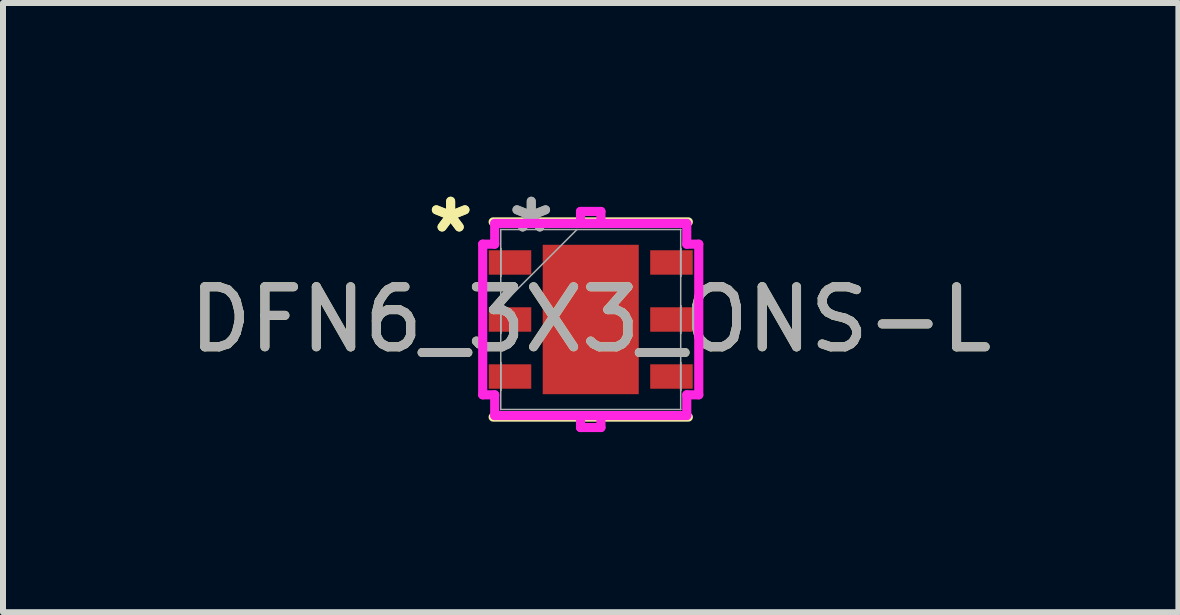
<source format=kicad_pcb>
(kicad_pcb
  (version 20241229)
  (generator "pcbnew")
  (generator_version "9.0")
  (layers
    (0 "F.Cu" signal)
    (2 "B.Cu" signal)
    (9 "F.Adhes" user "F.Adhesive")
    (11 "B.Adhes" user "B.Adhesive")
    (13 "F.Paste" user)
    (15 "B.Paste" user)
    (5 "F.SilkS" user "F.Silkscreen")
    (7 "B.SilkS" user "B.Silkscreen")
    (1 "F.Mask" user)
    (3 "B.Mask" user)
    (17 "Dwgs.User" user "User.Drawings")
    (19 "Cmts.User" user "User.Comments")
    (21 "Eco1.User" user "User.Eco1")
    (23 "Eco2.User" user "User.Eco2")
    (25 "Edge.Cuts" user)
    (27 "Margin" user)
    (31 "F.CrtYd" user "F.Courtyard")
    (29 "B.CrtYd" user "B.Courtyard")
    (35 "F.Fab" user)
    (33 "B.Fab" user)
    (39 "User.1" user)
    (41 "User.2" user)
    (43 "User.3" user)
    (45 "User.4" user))
  (footprint "DFN6_3X3_ONS-L"
    (layer "F.Cu")
    (at 6.792 2.273)
    (property "Reference" "DFN6_3X3_ONS-L" (at 0 0 0) (unlocked yes) (layer "F.SilkS") (effects (font (size 1 1) (thickness 0.15))))
    (attr smd)
    (fp_line (start -1.626 1.626) (end 1.626 1.626) (stroke (width 0.152) (type solid)) (layer "F.SilkS"))
    (fp_line (start 1.626 -1.626) (end -1.626 -1.626) (stroke (width 0.152) (type solid)) (layer "F.SilkS"))
    (fp_line (start -1.8 -1.255) (end -1.6 -1.255) (stroke (width 0.152) (type solid)) (layer "F.CrtYd"))
    (fp_line (start -1.8 1.255) (end -1.8 -1.255) (stroke (width 0.152) (type solid)) (layer "F.CrtYd"))
    (fp_line (start -1.6 -1.6) (end 0.17 -1.6) (stroke (width 0.152) (type solid)) (layer "F.CrtYd"))
    (fp_line (start -1.6 -1.255) (end -1.6 -1.6) (stroke (width 0.152) (type solid)) (layer "F.CrtYd"))
    (fp_line (start -1.6 1.255) (end -1.8 1.255) (stroke (width 0.152) (type solid)) (layer "F.CrtYd"))
    (fp_line (start -1.6 1.6) (end -1.6 1.255) (stroke (width 0.152) (type solid)) (layer "F.CrtYd"))
    (fp_line (start -0.17 -1.8) (end -0.17 -1.6) (stroke (width 0.152) (type solid)) (layer "F.CrtYd"))
    (fp_line (start -0.17 -1.6) (end 1.6 -1.6) (stroke (width 0.152) (type solid)) (layer "F.CrtYd"))
    (fp_line (start -0.17 1.6) (end -0.17 1.8) (stroke (width 0.152) (type solid)) (layer "F.CrtYd"))
    (fp_line (start -0.17 1.8) (end 0.17 1.8) (stroke (width 0.152) (type solid)) (layer "F.CrtYd"))
    (fp_line (start 0.17 -1.8) (end -0.17 -1.8) (stroke (width 0.152) (type solid)) (layer "F.CrtYd"))
    (fp_line (start 0.17 -1.6) (end 0.17 -1.8) (stroke (width 0.152) (type solid)) (layer "F.CrtYd"))
    (fp_line (start 0.17 1.6) (end -1.6 1.6) (stroke (width 0.152) (type solid)) (layer "F.CrtYd"))
    (fp_line (start 0.17 1.8) (end 0.17 1.6) (stroke (width 0.152) (type solid)) (layer "F.CrtYd"))
    (fp_line (start 1.6 -1.6) (end 1.6 -1.255) (stroke (width 0.152) (type solid)) (layer "F.CrtYd"))
    (fp_line (start 1.6 -1.255) (end 1.8 -1.255) (stroke (width 0.152) (type solid)) (layer "F.CrtYd"))
    (fp_line (start 1.6 1.255) (end 1.6 1.6) (stroke (width 0.152) (type solid)) (layer "F.CrtYd"))
    (fp_line (start 1.6 1.6) (end -0.17 1.6) (stroke (width 0.152) (type solid)) (layer "F.CrtYd"))
    (fp_line (start 1.8 -1.255) (end 1.8 1.255) (stroke (width 0.152) (type solid)) (layer "F.CrtYd"))
    (fp_line (start 1.8 1.255) (end 1.6 1.255) (stroke (width 0.152) (type solid)) (layer "F.CrtYd"))
    (fp_line (start -1.499 -1.499) (end -1.499 -1.499) (stroke (width 0.025) (type solid)) (layer "F.Fab"))
    (fp_line (start -1.499 -1.499) (end -1.499 1.499) (stroke (width 0.025) (type solid)) (layer "F.Fab"))
    (fp_line (start -1.499 -1.179) (end -1.499 -1.179) (stroke (width 0.025) (type solid)) (layer "F.Fab"))
    (fp_line (start -1.499 -1.179) (end -1.499 -0.721) (stroke (width 0.025) (type solid)) (layer "F.Fab"))
    (fp_line (start -1.499 -0.721) (end -1.499 -1.179) (stroke (width 0.025) (type solid)) (layer "F.Fab"))
    (fp_line (start -1.499 -0.721) (end -1.499 -0.721) (stroke (width 0.025) (type solid)) (layer "F.Fab"))
    (fp_line (start -1.499 -0.229) (end -1.499 -0.229) (stroke (width 0.025) (type solid)) (layer "F.Fab"))
    (fp_line (start -1.499 -0.229) (end -1.499 0.229) (stroke (width 0.025) (type solid)) (layer "F.Fab"))
    (fp_line (start -1.499 -0.229) (end -0.229 -1.499) (stroke (width 0.025) (type solid)) (layer "F.Fab"))
    (fp_line (start -1.499 0.229) (end -1.499 -0.229) (stroke (width 0.025) (type solid)) (layer "F.Fab"))
    (fp_line (start -1.499 0.229) (end -1.499 0.229) (stroke (width 0.025) (type solid)) (layer "F.Fab"))
    (fp_line (start -1.499 0.721) (end -1.499 0.721) (stroke (width 0.025) (type solid)) (layer "F.Fab"))
    (fp_line (start -1.499 0.721) (end -1.499 1.179) (stroke (width 0.025) (type solid)) (layer "F.Fab"))
    (fp_line (start -1.499 1.179) (end -1.499 0.721) (stroke (width 0.025) (type solid)) (layer "F.Fab"))
    (fp_line (start -1.499 1.179) (end -1.499 1.179) (stroke (width 0.025) (type solid)) (layer "F.Fab"))
    (fp_line (start -1.499 1.499) (end -1.499 1.499) (stroke (width 0.025) (type solid)) (layer "F.Fab"))
    (fp_line (start -1.499 1.499) (end 1.499 1.499) (stroke (width 0.025) (type solid)) (layer "F.Fab"))
    (fp_line (start 1.499 -1.499) (end -1.499 -1.499) (stroke (width 0.025) (type solid)) (layer "F.Fab"))
    (fp_line (start 1.499 -1.499) (end 1.499 -1.499) (stroke (width 0.025) (type solid)) (layer "F.Fab"))
    (fp_line (start 1.499 -1.179) (end 1.499 -1.179) (stroke (width 0.025) (type solid)) (layer "F.Fab"))
    (fp_line (start 1.499 -1.179) (end 1.499 -0.721) (stroke (width 0.025) (type solid)) (layer "F.Fab"))
    (fp_line (start 1.499 -0.721) (end 1.499 -1.179) (stroke (width 0.025) (type solid)) (layer "F.Fab"))
    (fp_line (start 1.499 -0.721) (end 1.499 -0.721) (stroke (width 0.025) (type solid)) (layer "F.Fab"))
    (fp_line (start 1.499 -0.229) (end 1.499 -0.229) (stroke (width 0.025) (type solid)) (layer "F.Fab"))
    (fp_line (start 1.499 -0.229) (end 1.499 0.229) (stroke (width 0.025) (type solid)) (layer "F.Fab"))
    (fp_line (start 1.499 0.229) (end 1.499 -0.229) (stroke (width 0.025) (type solid)) (layer "F.Fab"))
    (fp_line (start 1.499 0.229) (end 1.499 0.229) (stroke (width 0.025) (type solid)) (layer "F.Fab"))
    (fp_line (start 1.499 0.721) (end 1.499 0.721) (stroke (width 0.025) (type solid)) (layer "F.Fab"))
    (fp_line (start 1.499 0.721) (end 1.499 1.179) (stroke (width 0.025) (type solid)) (layer "F.Fab"))
    (fp_line (start 1.499 1.179) (end 1.499 0.721) (stroke (width 0.025) (type solid)) (layer "F.Fab"))
    (fp_line (start 1.499 1.179) (end 1.499 1.179) (stroke (width 0.025) (type solid)) (layer "F.Fab"))
    (fp_line (start 1.499 1.499) (end 1.499 -1.499) (stroke (width 0.025) (type solid)) (layer "F.Fab"))
    (fp_line (start 1.499 1.499) (end 1.499 1.499) (stroke (width 0.025) (type solid)) (layer "F.Fab"))
    (fp_text user "*" (at -2.334 -1.425 0) (unlocked yes) (layer "F.SilkS") (effects (font (size 1 1) (thickness 0.15))))
    (fp_text user "*" (at -2.334 -1.425 0) (layer "F.SilkS") (effects (font (size 1 1) (thickness 0.15))))
    (fp_text user "*" (at -0.991 -1.425 0) (unlocked yes) (layer "F.Fab") (effects (font (size 1 1) (thickness 0.15))))
    (fp_text user "*" (at -0.991 -1.425 0) (layer "F.Fab") (effects (font (size 1 1) (thickness 0.15))))
    (fp_text user "${REFERENCE}" (at 0 0 0) (unlocked yes) (layer "F.Fab") (effects (font (size 1 1) (thickness 0.15))))
    (pad "1" smd rect (at -1.345 -0.95 90) (size 0.407 0.708) (layers "F.Cu" "F.Mask" "F.Paste"))
    (pad "2" smd rect (at -1.345 0 90) (size 0.407 0.708) (layers "F.Cu" "F.Mask" "F.Paste"))
    (pad "3" smd rect (at -1.345 0.95 90) (size 0.407 0.708) (layers "F.Cu" "F.Mask" "F.Paste"))
    (pad "4" smd rect (at 1.345 0.95 90) (size 0.407 0.708) (layers "F.Cu" "F.Mask" "F.Paste"))
    (pad "5" smd rect (at 1.345 0 90) (size 0.407 0.708) (layers "F.Cu" "F.Mask" "F.Paste"))
    (pad "6" smd rect (at 1.345 -0.95 90) (size 0.407 0.708) (layers "F.Cu" "F.Mask" "F.Paste"))
    (pad "7" smd rect (at 0 0) (size 1.6 2.489) (layers "F.Cu" "F.Mask" "F.Paste")))
  (gr_rect
    (start -3 -3)
    (end 16.583 7.15)
    (stroke (width 0.1) (type default))
    (fill no)
    (layer "Edge.Cuts")))
</source>
